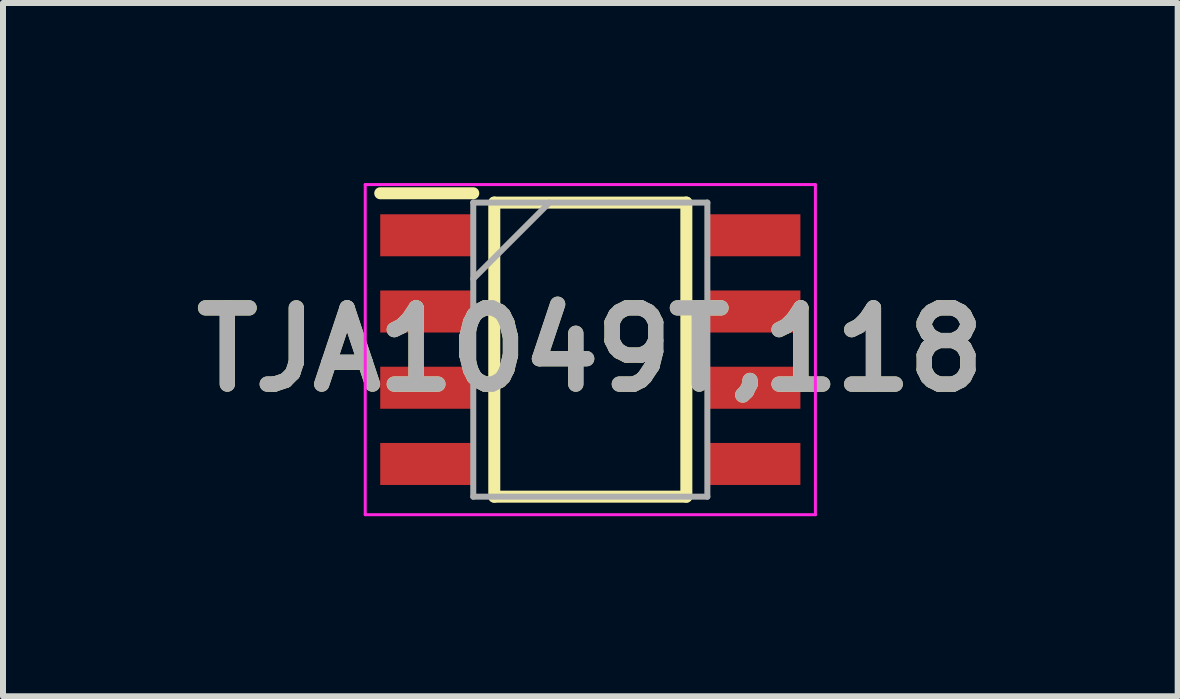
<source format=kicad_pcb>
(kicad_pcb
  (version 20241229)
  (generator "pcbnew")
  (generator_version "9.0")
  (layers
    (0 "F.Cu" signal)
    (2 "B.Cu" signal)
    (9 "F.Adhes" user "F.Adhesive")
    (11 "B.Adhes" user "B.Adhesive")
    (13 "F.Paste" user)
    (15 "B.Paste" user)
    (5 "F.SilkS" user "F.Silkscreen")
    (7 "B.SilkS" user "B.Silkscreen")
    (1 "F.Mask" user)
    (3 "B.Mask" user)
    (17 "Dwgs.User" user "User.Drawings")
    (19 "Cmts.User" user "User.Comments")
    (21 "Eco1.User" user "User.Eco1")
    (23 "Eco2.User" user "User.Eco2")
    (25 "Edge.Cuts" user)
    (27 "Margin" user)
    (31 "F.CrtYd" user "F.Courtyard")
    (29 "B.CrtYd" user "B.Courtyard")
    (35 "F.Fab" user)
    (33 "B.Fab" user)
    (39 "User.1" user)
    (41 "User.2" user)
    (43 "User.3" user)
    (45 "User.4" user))
  (footprint "TJA1049T,118"
    (layer "F.Cu")
    (at 6.785 2.775)
    (property "Reference" "TJA1049T,118" (at 0 0 0) (layer "F.SilkS") (effects (font (size 1.27 1.27) (thickness 0.254))))
    (attr smd)
    (fp_line (start -3.5 -2.605) (end -1.95 -2.605) (stroke (width 0.2) (type solid)) (layer "F.SilkS"))
    (fp_line (start -1.6 -2.45) (end 1.6 -2.45) (stroke (width 0.2) (type solid)) (layer "F.SilkS"))
    (fp_line (start -1.6 2.45) (end -1.6 -2.45) (stroke (width 0.2) (type solid)) (layer "F.SilkS"))
    (fp_line (start 1.6 -2.45) (end 1.6 2.45) (stroke (width 0.2) (type solid)) (layer "F.SilkS"))
    (fp_line (start 1.6 2.45) (end -1.6 2.45) (stroke (width 0.2) (type solid)) (layer "F.SilkS"))
    (fp_line (start -3.75 -2.75) (end 3.75 -2.75) (stroke (width 0.05) (type solid)) (layer "F.CrtYd"))
    (fp_line (start -3.75 2.75) (end -3.75 -2.75) (stroke (width 0.05) (type solid)) (layer "F.CrtYd"))
    (fp_line (start 3.75 -2.75) (end 3.75 2.75) (stroke (width 0.05) (type solid)) (layer "F.CrtYd"))
    (fp_line (start 3.75 2.75) (end -3.75 2.75) (stroke (width 0.05) (type solid)) (layer "F.CrtYd"))
    (fp_line (start -1.95 -2.45) (end 1.95 -2.45) (stroke (width 0.1) (type solid)) (layer "F.Fab"))
    (fp_line (start -1.95 -1.18) (end -0.68 -2.45) (stroke (width 0.1) (type solid)) (layer "F.Fab"))
    (fp_line (start -1.95 2.45) (end -1.95 -2.45) (stroke (width 0.1) (type solid)) (layer "F.Fab"))
    (fp_line (start 1.95 -2.45) (end 1.95 2.45) (stroke (width 0.1) (type solid)) (layer "F.Fab"))
    (fp_line (start 1.95 2.45) (end -1.95 2.45) (stroke (width 0.1) (type solid)) (layer "F.Fab"))
    (fp_text user "${REFERENCE}" (at 0 0 0) (layer "F.Fab") (effects (font (size 1.27 1.27) (thickness 0.254))))
    (pad "1" smd rect (at -2.725 -1.905 90) (size 0.7 1.55) (layers "F.Cu" "F.Mask" "F.Paste"))
    (pad "2" smd rect (at -2.725 -0.635 90) (size 0.7 1.55) (layers "F.Cu" "F.Mask" "F.Paste"))
    (pad "3" smd rect (at -2.725 0.635 90) (size 0.7 1.55) (layers "F.Cu" "F.Mask" "F.Paste"))
    (pad "4" smd rect (at -2.725 1.905 90) (size 0.7 1.55) (layers "F.Cu" "F.Mask" "F.Paste"))
    (pad "5" smd rect (at 2.725 1.905 90) (size 0.7 1.55) (layers "F.Cu" "F.Mask" "F.Paste"))
    (pad "6" smd rect (at 2.725 0.635 90) (size 0.7 1.55) (layers "F.Cu" "F.Mask" "F.Paste"))
    (pad "7" smd rect (at 2.725 -0.635 90) (size 0.7 1.55) (layers "F.Cu" "F.Mask" "F.Paste"))
    (pad "8" smd rect (at 2.725 -1.905 90) (size 0.7 1.55) (layers "F.Cu" "F.Mask" "F.Paste")))
  (gr_rect
    (start -3 -3)
    (end 16.571 8.55)
    (stroke (width 0.1) (type default))
    (fill no)
    (layer "Edge.Cuts")))
</source>
